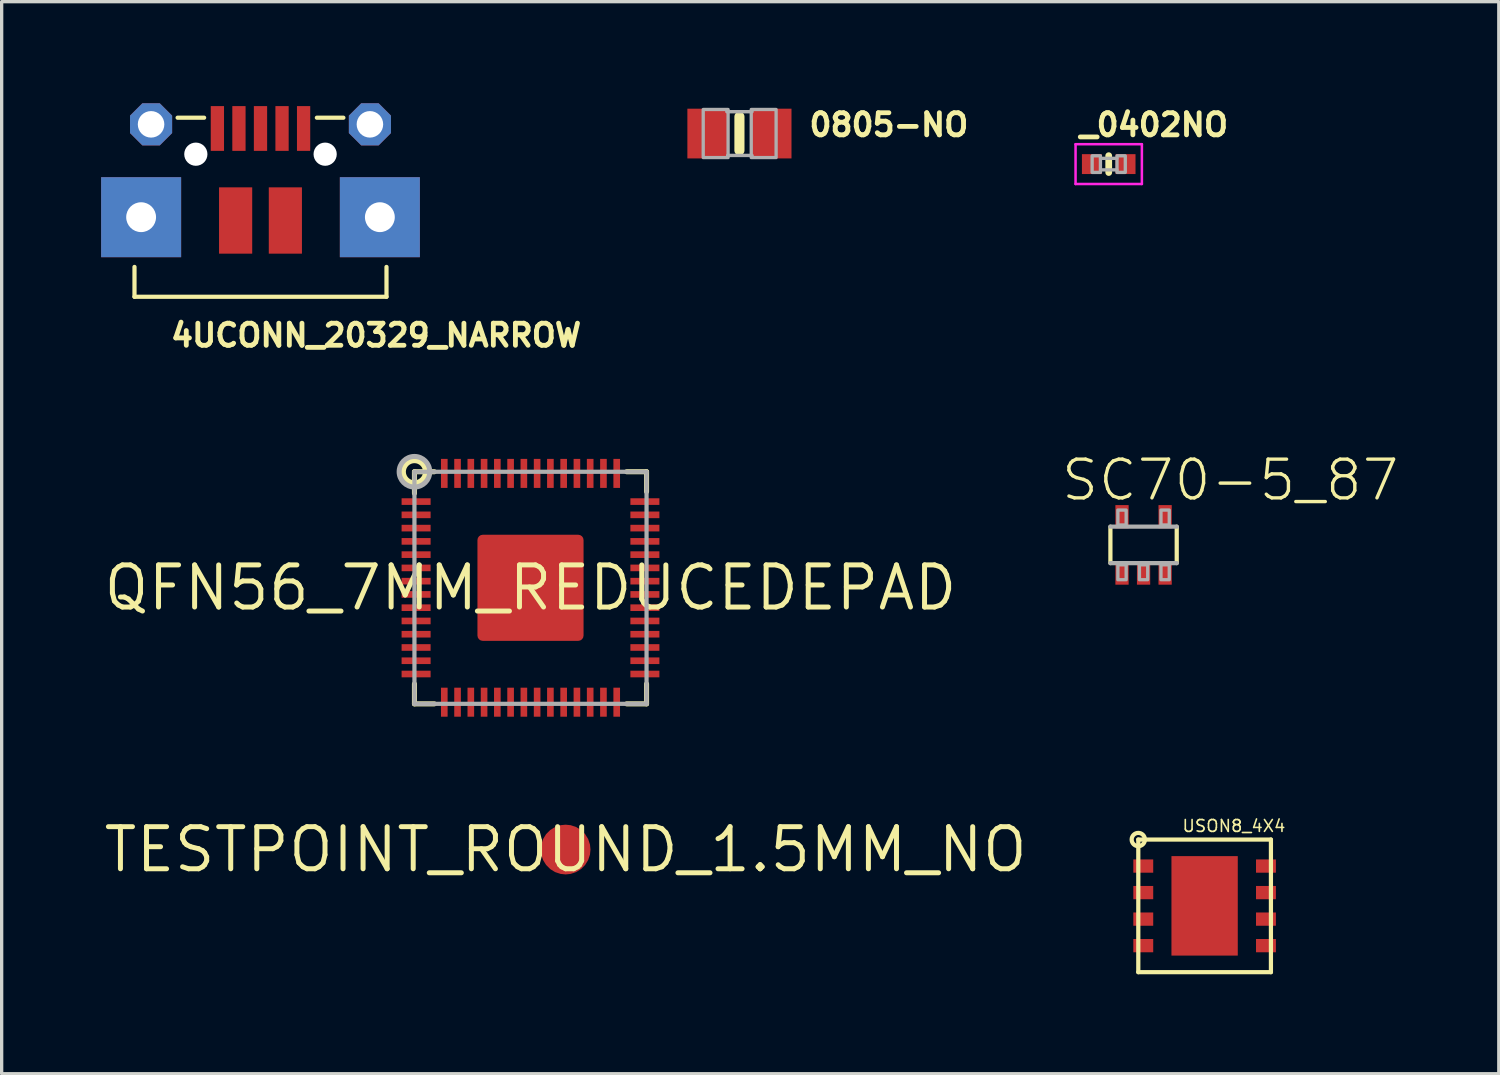
<source format=kicad_pcb>
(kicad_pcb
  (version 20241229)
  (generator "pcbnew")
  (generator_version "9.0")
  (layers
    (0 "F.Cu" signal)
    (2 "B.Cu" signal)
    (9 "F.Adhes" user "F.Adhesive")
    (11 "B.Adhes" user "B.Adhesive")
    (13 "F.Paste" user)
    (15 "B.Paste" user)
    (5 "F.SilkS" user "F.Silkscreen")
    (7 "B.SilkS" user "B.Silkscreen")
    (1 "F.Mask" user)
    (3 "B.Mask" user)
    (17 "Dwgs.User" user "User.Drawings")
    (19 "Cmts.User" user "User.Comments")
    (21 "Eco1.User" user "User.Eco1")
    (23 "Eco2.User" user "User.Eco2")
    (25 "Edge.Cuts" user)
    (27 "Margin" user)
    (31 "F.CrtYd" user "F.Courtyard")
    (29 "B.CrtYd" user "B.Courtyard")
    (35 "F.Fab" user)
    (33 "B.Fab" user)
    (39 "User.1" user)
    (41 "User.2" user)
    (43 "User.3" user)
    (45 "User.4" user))
  (footprint "TESTPOINT_ROUND_1.5MM_NO"
    (layer "F.Cu")
    (at 14.008 22.571)
    (property "Reference" "TESTPOINT_ROUND_1.5MM_NO" (at 0 0 0) (layer "F.SilkS") (effects (font (size 1.27 1.27) (thickness 0.15))))
    (pad "P$1" smd roundrect (at 0 0) (size 1.5 1.5) (layers "F.Cu" "F.Mask") (roundrect_rratio 0.5)))
  (footprint "USON8_4X4"
    (layer "F.Cu")
    (at 33.279 24.269)
    (property "Reference" "USON8_4X4" (at -0.7 -2.2 0) (layer "F.SilkS") (effects (font (size 0.358 0.358) (thickness 0.049)) (justify left bottom)))
    (fp_line (start -2 -2) (end 2 -2) (stroke (width 0.127) (type solid)) (layer "F.SilkS"))
    (fp_line (start -2 2) (end -2 -2) (stroke (width 0.127) (type solid)) (layer "F.SilkS"))
    (fp_line (start 2 -2) (end 2 2) (stroke (width 0.127) (type solid)) (layer "F.SilkS"))
    (fp_line (start 2 2) (end -2 2) (stroke (width 0.127) (type solid)) (layer "F.SilkS"))
    (fp_circle (center -2 -2) (end -1.8 -2) (stroke (width 0.127) (type solid)) (fill no) (layer "F.SilkS"))
    (fp_poly (pts (xy -0.8 -0.3) (xy -0.2 -0.3) (xy -0.2 -1.3) (xy -0.8 -1.3)) (stroke (width 0) (type default)) (fill yes) (layer "F.Paste"))
    (fp_poly (pts (xy -0.8 1.3) (xy -0.2 1.3) (xy -0.2 0.3) (xy -0.8 0.3)) (stroke (width 0) (type default)) (fill yes) (layer "F.Paste"))
    (fp_poly (pts (xy 0.2 -0.3) (xy 0.8 -0.3) (xy 0.8 -1.3) (xy 0.2 -1.3)) (stroke (width 0) (type default)) (fill yes) (layer "F.Paste"))
    (fp_poly (pts (xy 0.2 1.3) (xy 0.8 1.3) (xy 0.8 0.3) (xy 0.2 0.3)) (stroke (width 0) (type default)) (fill yes) (layer "F.Paste"))
    (pad "1" smd rect (at -1.85 -1.2 90) (size 0.4 0.6) (layers "F.Cu" "F.Mask" "F.Paste"))
    (pad "2" smd rect (at -1.85 -0.4 90) (size 0.4 0.6) (layers "F.Cu" "F.Mask" "F.Paste"))
    (pad "3" smd rect (at -1.85 0.4 90) (size 0.4 0.6) (layers "F.Cu" "F.Mask" "F.Paste"))
    (pad "4" smd rect (at -1.85 1.2 90) (size 0.4 0.6) (layers "F.Cu" "F.Mask" "F.Paste"))
    (pad "5" smd rect (at 1.85 1.2 90) (size 0.4 0.6) (layers "F.Cu" "F.Mask" "F.Paste"))
    (pad "6" smd rect (at 1.85 0.4 90) (size 0.4 0.6) (layers "F.Cu" "F.Mask" "F.Paste"))
    (pad "7" smd rect (at 1.85 -0.4 90) (size 0.4 0.6) (layers "F.Cu" "F.Mask" "F.Paste"))
    (pad "8" smd rect (at 1.85 -1.2 90) (size 0.4 0.6) (layers "F.Cu" "F.Mask" "F.Paste"))
    (pad "PAD" smd rect (at 0 0) (size 2 3) (layers "F.Cu" "F.Mask")))
  (footprint "SC70-5_87"
    (layer "F.Cu")
    (at 31.438 13.383)
    (property "Reference" "SC70-5_87" (at -2.54 -1.27 0) (layer "F.SilkS") (effects (font (size 1.168 1.168) (thickness 0.102)) (justify left bottom)))
    (fp_line (start -1 -0.55) (end -1 0.55) (stroke (width 0.127) (type solid)) (layer "F.SilkS"))
    (fp_line (start 1 0.55) (end 1 -0.55) (stroke (width 0.127) (type solid)) (layer "F.SilkS"))
    (fp_line (start -1 0.55) (end 1 0.55) (stroke (width 0.127) (type solid)) (layer "F.Fab"))
    (fp_line (start 1 -0.55) (end -1 -0.55) (stroke (width 0.127) (type solid)) (layer "F.Fab"))
    (fp_poly (pts (xy -0.775 -0.6) (xy -0.525 -0.6) (xy -0.525 -1.05) (xy -0.775 -1.05)) (stroke (width 0.1) (type default)) (fill no) (layer "F.Fab"))
    (fp_poly (pts (xy -0.775 1.05) (xy -0.525 1.05) (xy -0.525 0.6) (xy -0.775 0.6)) (stroke (width 0.1) (type default)) (fill no) (layer "F.Fab"))
    (fp_poly (pts (xy -0.125 1.05) (xy 0.125 1.05) (xy 0.125 0.6) (xy -0.125 0.6)) (stroke (width 0.1) (type default)) (fill no) (layer "F.Fab"))
    (fp_poly (pts (xy 0.525 -0.6) (xy 0.775 -0.6) (xy 0.775 -1.05) (xy 0.525 -1.05)) (stroke (width 0.1) (type default)) (fill no) (layer "F.Fab"))
    (fp_poly (pts (xy 0.525 1.05) (xy 0.775 1.05) (xy 0.775 0.6) (xy 0.525 0.6)) (stroke (width 0.1) (type default)) (fill no) (layer "F.Fab"))
    (pad "1" smd rect (at -0.65 0.85) (size 0.4 0.7) (layers "F.Cu" "F.Mask" "F.Paste"))
    (pad "2" smd rect (at 0 0.85) (size 0.4 0.7) (layers "F.Cu" "F.Mask" "F.Paste"))
    (pad "3" smd rect (at 0.65 0.85) (size 0.4 0.7) (layers "F.Cu" "F.Mask" "F.Paste"))
    (pad "4" smd rect (at 0.65 -0.85) (size 0.4 0.7) (layers "F.Cu" "F.Mask" "F.Paste"))
    (pad "5" smd rect (at -0.65 -0.85) (size 0.4 0.7) (layers "F.Cu" "F.Mask" "F.Paste")))
  (footprint "QFN56_7MM_REDUCEDEPAD"
    (layer "F.Cu")
    (at 12.949 14.677)
    (property "Reference" "QFN56_7MM_REDUCEDEPAD" (at 0 0 0) (layer "F.SilkS") (effects (font (size 1.27 1.27) (thickness 0.15))))
    (fp_line (start -3.5 -3.5) (end -2.9 -3.5) (stroke (width 0.152) (type solid)) (layer "F.SilkS"))
    (fp_line (start -3.5 -2.85) (end -3.5 -3.5) (stroke (width 0.152) (type solid)) (layer "F.SilkS"))
    (fp_line (start -3.5 2.9) (end -3.5 3.5) (stroke (width 0.152) (type solid)) (layer "F.SilkS"))
    (fp_line (start -3.5 3.5) (end -2.9 3.5) (stroke (width 0.152) (type solid)) (layer "F.SilkS"))
    (fp_line (start 2.9 -3.5) (end 3.5 -3.5) (stroke (width 0.152) (type solid)) (layer "F.SilkS"))
    (fp_line (start 2.9 3.5) (end 3.5 3.5) (stroke (width 0.152) (type solid)) (layer "F.SilkS"))
    (fp_line (start 3.5 -3.5) (end 3.5 -2.9) (stroke (width 0.152) (type solid)) (layer "F.SilkS"))
    (fp_line (start 3.5 3.5) (end 3.5 2.9) (stroke (width 0.152) (type solid)) (layer "F.SilkS"))
    (fp_circle (center -3.5 -3.5) (end -3.165 -3.5) (stroke (width 0.152) (type solid)) (fill no) (layer "F.SilkS"))
    (fp_poly (pts (xy -1.3 -0.3) (xy -0.3 -0.3) (xy -0.3 -1.3) (xy -1.3 -1.3)) (stroke (width 0) (type default)) (fill yes) (layer "F.Paste"))
    (fp_poly (pts (xy -1.3 1.3) (xy -0.3 1.3) (xy -0.3 0.3) (xy -1.3 0.3)) (stroke (width 0) (type default)) (fill yes) (layer "F.Paste"))
    (fp_poly (pts (xy 0.3 -0.3) (xy 1.3 -0.3) (xy 1.3 -1.3) (xy 0.3 -1.3)) (stroke (width 0) (type default)) (fill yes) (layer "F.Paste"))
    (fp_poly (pts (xy 0.3 1.3) (xy 1.3 1.3) (xy 1.3 0.3) (xy 0.3 0.3)) (stroke (width 0) (type default)) (fill yes) (layer "F.Paste"))
    (fp_line (start -3.5 -3.5) (end 3.5 -3.5) (stroke (width 0.127) (type solid)) (layer "F.Fab"))
    (fp_line (start -3.5 3.5) (end -3.5 -3.5) (stroke (width 0.127) (type solid)) (layer "F.Fab"))
    (fp_line (start 3.5 -3.5) (end 3.5 3.5) (stroke (width 0.127) (type solid)) (layer "F.Fab"))
    (fp_line (start 3.5 3.5) (end -3.5 3.5) (stroke (width 0.127) (type solid)) (layer "F.Fab"))
    (fp_circle (center -3.5 -3.5) (end -3.039 -3.5) (stroke (width 0.152) (type solid)) (fill no) (layer "F.Fab"))
    (pad "1" smd rect (at -3.45 -2.6 180) (size 0.875 0.2) (layers "F.Cu" "F.Mask" "F.Paste"))
    (pad "2" smd rect (at -3.45 -2.2 180) (size 0.875 0.2) (layers "F.Cu" "F.Mask" "F.Paste"))
    (pad "3" smd rect (at -3.45 -1.8 180) (size 0.875 0.2) (layers "F.Cu" "F.Mask" "F.Paste"))
    (pad "4" smd rect (at -3.45 -1.4 180) (size 0.875 0.2) (layers "F.Cu" "F.Mask" "F.Paste"))
    (pad "5" smd rect (at -3.45 -1 180) (size 0.875 0.2) (layers "F.Cu" "F.Mask" "F.Paste"))
    (pad "6" smd rect (at -3.45 -0.6 180) (size 0.875 0.2) (layers "F.Cu" "F.Mask" "F.Paste"))
    (pad "7" smd rect (at -3.45 -0.2 180) (size 0.875 0.2) (layers "F.Cu" "F.Mask" "F.Paste"))
    (pad "8" smd rect (at -3.45 0.2 180) (size 0.875 0.2) (layers "F.Cu" "F.Mask" "F.Paste"))
    (pad "9" smd rect (at -3.45 0.6 180) (size 0.875 0.2) (layers "F.Cu" "F.Mask" "F.Paste"))
    (pad "10" smd rect (at -3.45 1 180) (size 0.875 0.2) (layers "F.Cu" "F.Mask" "F.Paste"))
    (pad "11" smd rect (at -3.45 1.4 180) (size 0.875 0.2) (layers "F.Cu" "F.Mask" "F.Paste"))
    (pad "12" smd rect (at -3.45 1.8 180) (size 0.875 0.2) (layers "F.Cu" "F.Mask" "F.Paste"))
    (pad "13" smd rect (at -3.45 2.2 180) (size 0.875 0.2) (layers "F.Cu" "F.Mask" "F.Paste"))
    (pad "14" smd rect (at -3.45 2.6 180) (size 0.875 0.2) (layers "F.Cu" "F.Mask" "F.Paste"))
    (pad "15" smd rect (at -2.6 3.45 270) (size 0.875 0.2) (layers "F.Cu" "F.Mask" "F.Paste"))
    (pad "16" smd rect (at -2.2 3.45 270) (size 0.875 0.2) (layers "F.Cu" "F.Mask" "F.Paste"))
    (pad "17" smd rect (at -1.8 3.45 270) (size 0.875 0.2) (layers "F.Cu" "F.Mask" "F.Paste"))
    (pad "18" smd rect (at -1.4 3.45 270) (size 0.875 0.2) (layers "F.Cu" "F.Mask" "F.Paste"))
    (pad "19" smd rect (at -1 3.45 270) (size 0.875 0.2) (layers "F.Cu" "F.Mask" "F.Paste"))
    (pad "20" smd rect (at -0.6 3.45 270) (size 0.875 0.2) (layers "F.Cu" "F.Mask" "F.Paste"))
    (pad "21" smd rect (at -0.2 3.45 270) (size 0.875 0.2) (layers "F.Cu" "F.Mask" "F.Paste"))
    (pad "22" smd rect (at 0.2 3.45 270) (size 0.875 0.2) (layers "F.Cu" "F.Mask" "F.Paste"))
    (pad "23" smd rect (at 0.6 3.45 270) (size 0.875 0.2) (layers "F.Cu" "F.Mask" "F.Paste"))
    (pad "24" smd rect (at 1 3.45 270) (size 0.875 0.2) (layers "F.Cu" "F.Mask" "F.Paste"))
    (pad "25" smd rect (at 1.4 3.45 270) (size 0.875 0.2) (layers "F.Cu" "F.Mask" "F.Paste"))
    (pad "26" smd rect (at 1.8 3.45 270) (size 0.875 0.2) (layers "F.Cu" "F.Mask" "F.Paste"))
    (pad "27" smd rect (at 2.2 3.45 270) (size 0.875 0.2) (layers "F.Cu" "F.Mask" "F.Paste"))
    (pad "28" smd rect (at 2.6 3.45 270) (size 0.875 0.2) (layers "F.Cu" "F.Mask" "F.Paste"))
    (pad "29" smd rect (at 3.45 2.6) (size 0.875 0.2) (layers "F.Cu" "F.Mask" "F.Paste"))
    (pad "30" smd rect (at 3.45 2.2) (size 0.875 0.2) (layers "F.Cu" "F.Mask" "F.Paste"))
    (pad "31" smd rect (at 3.45 1.8) (size 0.875 0.2) (layers "F.Cu" "F.Mask" "F.Paste"))
    (pad "32" smd rect (at 3.45 1.4) (size 0.875 0.2) (layers "F.Cu" "F.Mask" "F.Paste"))
    (pad "33" smd rect (at 3.45 1) (size 0.875 0.2) (layers "F.Cu" "F.Mask" "F.Paste"))
    (pad "34" smd rect (at 3.45 0.6) (size 0.875 0.2) (layers "F.Cu" "F.Mask" "F.Paste"))
    (pad "35" smd rect (at 3.45 0.2) (size 0.875 0.2) (layers "F.Cu" "F.Mask" "F.Paste"))
    (pad "36" smd rect (at 3.45 -0.2) (size 0.875 0.2) (layers "F.Cu" "F.Mask" "F.Paste"))
    (pad "37" smd rect (at 3.45 -0.6) (size 0.875 0.2) (layers "F.Cu" "F.Mask" "F.Paste"))
    (pad "38" smd rect (at 3.45 -1) (size 0.875 0.2) (layers "F.Cu" "F.Mask" "F.Paste"))
    (pad "39" smd rect (at 3.45 -1.4) (size 0.875 0.2) (layers "F.Cu" "F.Mask" "F.Paste"))
    (pad "40" smd rect (at 3.45 -1.8) (size 0.875 0.2) (layers "F.Cu" "F.Mask" "F.Paste"))
    (pad "41" smd rect (at 3.45 -2.2) (size 0.875 0.2) (layers "F.Cu" "F.Mask" "F.Paste"))
    (pad "42" smd rect (at 3.45 -2.6) (size 0.875 0.2) (layers "F.Cu" "F.Mask" "F.Paste"))
    (pad "43" smd rect (at 2.6 -3.45 90) (size 0.875 0.2) (layers "F.Cu" "F.Mask" "F.Paste"))
    (pad "44" smd rect (at 2.2 -3.45 90) (size 0.875 0.2) (layers "F.Cu" "F.Mask" "F.Paste"))
    (pad "45" smd rect (at 1.8 -3.45 90) (size 0.875 0.2) (layers "F.Cu" "F.Mask" "F.Paste"))
    (pad "46" smd rect (at 1.4 -3.45 90) (size 0.875 0.2) (layers "F.Cu" "F.Mask" "F.Paste"))
    (pad "47" smd rect (at 1 -3.45 90) (size 0.875 0.2) (layers "F.Cu" "F.Mask" "F.Paste"))
    (pad "48" smd rect (at 0.6 -3.45 90) (size 0.875 0.2) (layers "F.Cu" "F.Mask" "F.Paste"))
    (pad "49" smd rect (at 0.2 -3.45 90) (size 0.875 0.2) (layers "F.Cu" "F.Mask" "F.Paste"))
    (pad "50" smd rect (at -0.2 -3.45 90) (size 0.875 0.2) (layers "F.Cu" "F.Mask" "F.Paste"))
    (pad "51" smd rect (at -0.6 -3.45 90) (size 0.875 0.2) (layers "F.Cu" "F.Mask" "F.Paste"))
    (pad "52" smd rect (at -1 -3.45 90) (size 0.875 0.2) (layers "F.Cu" "F.Mask" "F.Paste"))
    (pad "53" smd rect (at -1.4 -3.45 90) (size 0.875 0.2) (layers "F.Cu" "F.Mask" "F.Paste"))
    (pad "54" smd rect (at -1.8 -3.45 90) (size 0.875 0.2) (layers "F.Cu" "F.Mask" "F.Paste"))
    (pad "55" smd rect (at -2.2 -3.45 90) (size 0.875 0.2) (layers "F.Cu" "F.Mask" "F.Paste"))
    (pad "56" smd rect (at -2.6 -3.45 90) (size 0.875 0.2) (layers "F.Cu" "F.Mask" "F.Paste"))
    (pad "P$1" smd roundrect (at 0 0) (size 3.2 3.2) (layers "F.Cu" "F.Mask") (roundrect_rratio 0.05)))
  (footprint "0805-NO"
    (layer "F.Cu")
    (at 19.25 0.978)
    (property "Reference" "0805-NO" (at 2.032 0.127 0) (layer "F.SilkS") (effects (font (size 0.666 0.666) (thickness 0.146)) (justify left bottom)))
    (fp_line (start 0 -0.508) (end 0 0.508) (stroke (width 0.305) (type solid)) (layer "F.SilkS"))
    (fp_line (start -0.381 -0.66) (end 0.381 -0.66) (stroke (width 0.102) (type solid)) (layer "F.Fab"))
    (fp_line (start -0.356 0.66) (end 0.381 0.66) (stroke (width 0.102) (type solid)) (layer "F.Fab"))
    (fp_poly (pts (xy -1.092 0.724) (xy -0.342 0.724) (xy -0.342 -0.726) (xy -1.092 -0.726)) (stroke (width 0.1) (type default)) (fill no) (layer "F.Fab"))
    (fp_poly (pts (xy 0.356 0.724) (xy 1.106 0.724) (xy 1.106 -0.726) (xy 0.356 -0.726)) (stroke (width 0.1) (type default)) (fill no) (layer "F.Fab"))
    (pad "1" smd rect (at -0.95 0) (size 1.24 1.5) (layers "F.Cu" "F.Mask" "F.Paste"))
    (pad "2" smd rect (at 0.95 0) (size 1.24 1.5) (layers "F.Cu" "F.Mask" "F.Paste")))
  (footprint "_0402NO"
    (layer "F.Cu")
    (at 30.387 1.899)
    (property "Reference" "_0402NO" (at -0.953 -0.794 0) (layer "F.SilkS") (effects (font (size 0.666 0.666) (thickness 0.146)) (justify left bottom)))
    (fp_line (start 0 -0.254) (end 0 0.254) (stroke (width 0.203) (type solid)) (layer "F.SilkS"))
    (fp_poly (pts (xy -0.079 0.238) (xy 0.079 0.238) (xy 0.079 -0.238) (xy -0.079 -0.238)) (stroke (width 0) (type default)) (fill yes) (layer "F.Adhes"))
    (fp_line (start -1 -0.6) (end 1 -0.6) (stroke (width 0.076) (type solid)) (layer "F.CrtYd"))
    (fp_line (start -1 0.6) (end -1 -0.6) (stroke (width 0.076) (type solid)) (layer "F.CrtYd"))
    (fp_line (start 1 -0.6) (end 1 0.6) (stroke (width 0.076) (type solid)) (layer "F.CrtYd"))
    (fp_line (start 1 0.6) (end -1 0.6) (stroke (width 0.076) (type solid)) (layer "F.CrtYd"))
    (fp_line (start -0.245 -0.174) (end 0.245 -0.174) (stroke (width 0.102) (type solid)) (layer "F.Fab"))
    (fp_line (start 0.245 0.174) (end -0.245 0.174) (stroke (width 0.102) (type solid)) (layer "F.Fab"))
    (fp_poly (pts (xy -0.5 0.25) (xy -0.25 0.25) (xy -0.25 -0.25) (xy -0.5 -0.25)) (stroke (width 0.1) (type default)) (fill no) (layer "F.Fab"))
    (fp_poly (pts (xy 0.25 0.25) (xy 0.5 0.25) (xy 0.5 -0.25) (xy 0.25 -0.25)) (stroke (width 0.1) (type default)) (fill no) (layer "F.Fab"))
    (pad "1" smd rect (at -0.508 0) (size 0.6 0.6) (layers "F.Cu" "F.Mask" "F.Paste"))
    (pad "2" smd rect (at 0.508 0) (size 0.6 0.6) (layers "F.Cu" "F.Mask" "F.Paste")))
  (footprint "4UCONN_20329_NARROW"
    (layer "F.Cu")
    (at 4.806 1.6)
    (property "Reference" "4UCONN_20329_NARROW" (at -2.778 5.852 0) (layer "F.SilkS") (effects (font (size 0.666 0.666) (thickness 0.146)) (justify left bottom)))
    (fp_line (start -3.8 3.4) (end -3.8 4.3) (stroke (width 0.127) (type solid)) (layer "F.SilkS"))
    (fp_line (start -3.8 4.3) (end 3.8 4.3) (stroke (width 0.127) (type solid)) (layer "F.SilkS"))
    (fp_line (start -2.5 -1.1) (end -1.7 -1.1) (stroke (width 0.127) (type solid)) (layer "F.SilkS"))
    (fp_line (start 1.7 -1.1) (end 2.5 -1.1) (stroke (width 0.127) (type solid)) (layer "F.SilkS"))
    (fp_line (start 3.8 4.3) (end 3.8 3.4) (stroke (width 0.127) (type solid)) (layer "F.SilkS"))
    (fp_poly (pts (xy -4.801 3.099) (xy -2.388 3.099) (xy -2.388 0.686) (xy -4.801 0.686)) (stroke (width 0) (type default)) (fill yes) (layer "F.Paste"))
    (fp_poly (pts (xy 2.388 3.099) (xy 4.801 3.099) (xy 4.801 0.686) (xy 2.388 0.686)) (stroke (width 0) (type default)) (fill yes) (layer "F.Paste"))
    (fp_poly (pts (xy -2.616 -1.2) (xy -2.616 -0.654) (xy -3.042 -0.229) (xy -3.613 -0.229) (xy -4.013 -0.629) (xy -4.013 -1.2) (xy -3.613 -1.6) (xy -3.016 -1.6)) (stroke (width 0) (type default)) (fill yes) (layer "F.Paste"))
    (fp_poly (pts (xy 4.013 -1.2) (xy 4.013 -0.654) (xy 3.588 -0.229) (xy 3.016 -0.229) (xy 2.616 -0.629) (xy 2.616 -1.2) (xy 3.016 -1.6) (xy 3.613 -1.6)) (stroke (width 0) (type default)) (fill yes) (layer "F.Paste"))
    (pad "" np_thru_hole circle (at -1.95 0) (size 0.7 0.7) (drill 0.7) (layers "*.Cu" "*.Mask"))
    (pad "" np_thru_hole circle (at 1.95 0) (size 0.7 0.7) (drill 0.7) (layers "*.Cu" "*.Mask"))
    (pad "BASE@1" smd rect (at -0.75 2 90) (size 2 1) (layers "F.Cu" "F.Mask" "F.Paste"))
    (pad "BASE@2" smd rect (at 0.75 2 90) (size 2 1) (layers "F.Cu" "F.Mask" "F.Paste"))
    (pad "D+" smd rect (at 0 -0.775) (size 0.4 1.35) (layers "F.Cu" "F.Mask" "F.Paste"))
    (pad "D-" smd rect (at -0.65 -0.775) (size 0.4 1.35) (layers "F.Cu" "F.Mask" "F.Paste"))
    (pad "GND" smd rect (at 1.3 -0.775) (size 0.4 1.35) (layers "F.Cu" "F.Mask" "F.Paste"))
    (pad "ID" smd rect (at 0.65 -0.775) (size 0.4 1.35) (layers "F.Cu" "F.Mask" "F.Paste"))
    (pad "SPRT@1" thru_hole roundrect (at -3.3 -0.9 180) (size 1.27 1.27) (drill 0.8) (layers "*.Cu" "*.Mask") (roundrect_rratio 0.25) (chamfer_ratio 0.293) (chamfer top_left top_right bottom_left bottom_right))
    (pad "SPRT@2" thru_hole roundrect (at 3.3 -0.9) (size 1.27 1.27) (drill 0.8) (layers "*.Cu" "*.Mask") (roundrect_rratio 0.25) (chamfer_ratio 0.293) (chamfer top_left top_right bottom_left bottom_right))
    (pad "SPRT@3" thru_hole rect (at -3.6 1.9 90) (size 2.413 2.413) (drill 0.9) (layers "*.Cu" "*.Mask"))
    (pad "SPRT@4" thru_hole rect (at 3.6 1.9 90) (size 2.413 2.413) (drill 0.9) (layers "*.Cu" "*.Mask"))
    (pad "VBUS" smd rect (at -1.3 -0.775) (size 0.4 1.35) (layers "F.Cu" "F.Mask" "F.Paste")))
  (gr_rect
    (start -3 -3)
    (end 42.151 29.332)
    (stroke (width 0.1) (type default))
    (fill no)
    (layer "Edge.Cuts")))
</source>
